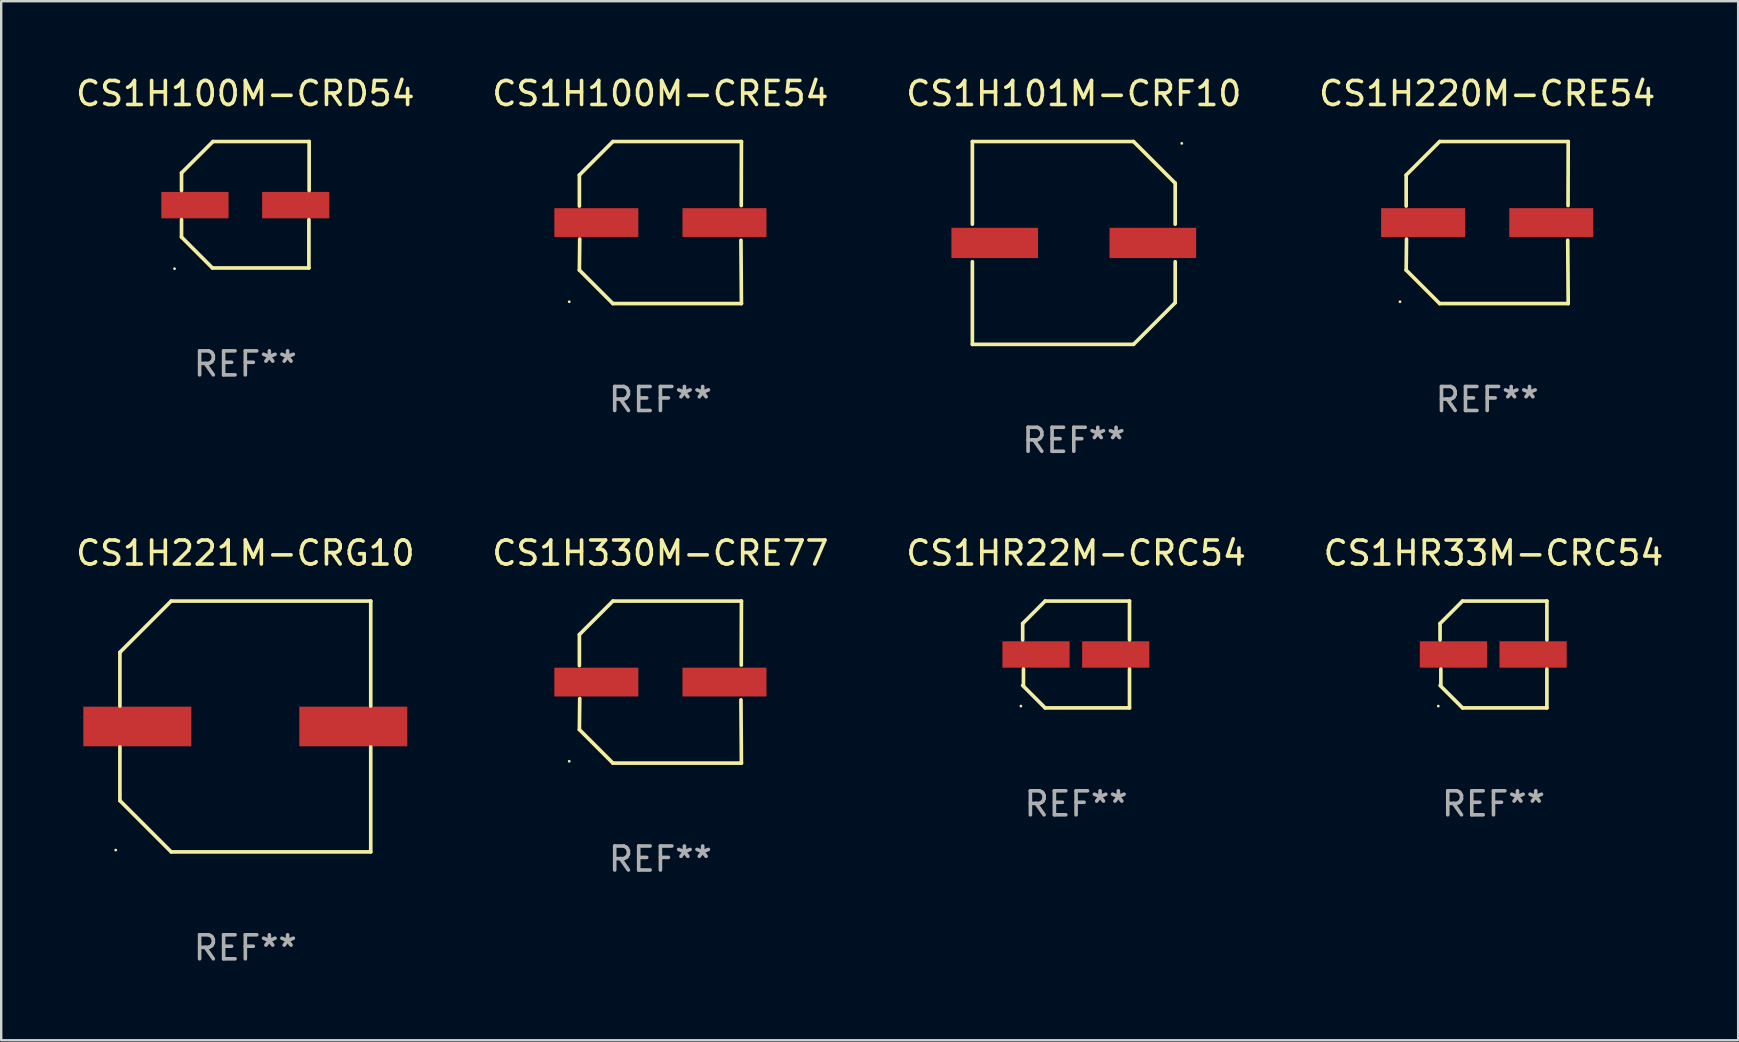
<source format=kicad_pcb>
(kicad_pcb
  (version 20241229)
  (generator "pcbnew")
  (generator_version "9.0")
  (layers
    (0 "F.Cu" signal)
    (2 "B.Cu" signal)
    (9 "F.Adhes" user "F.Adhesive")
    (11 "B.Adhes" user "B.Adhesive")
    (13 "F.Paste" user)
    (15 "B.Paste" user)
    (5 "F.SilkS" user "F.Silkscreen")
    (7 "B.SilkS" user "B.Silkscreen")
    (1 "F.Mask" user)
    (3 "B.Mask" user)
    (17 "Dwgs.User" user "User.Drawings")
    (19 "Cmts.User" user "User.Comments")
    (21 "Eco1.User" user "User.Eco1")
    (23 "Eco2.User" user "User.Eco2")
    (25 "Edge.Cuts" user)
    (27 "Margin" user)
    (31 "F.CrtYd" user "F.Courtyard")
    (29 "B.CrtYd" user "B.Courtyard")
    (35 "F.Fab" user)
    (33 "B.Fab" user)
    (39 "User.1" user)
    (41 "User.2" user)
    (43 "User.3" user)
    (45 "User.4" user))
  (footprint "CS1HR22M-CRC54"
    (layer "F.Cu")
    (at 41.792 24.223)
    (property "Reference" "CS1HR22M-CRC54" (at 0 -4.226 0) (layer "F.SilkS") (effects (font (size 1 1) (thickness 0.15))))
    (attr through_hole)
    (fp_line (start -2.226 -1.29) (end -2.226 -0.607) (stroke (width 0.152) (type solid)) (layer "F.SilkS"))
    (fp_line (start -2.193 1.29) (end -2.193 0.607) (stroke (width 0.152) (type solid)) (layer "F.SilkS"))
    (fp_line (start -1.29 2.226) (end -2.226 1.29) (stroke (width 0.152) (type solid)) (layer "F.SilkS"))
    (fp_line (start -1.29 -2.226) (end -2.226 -1.29) (stroke (width 0.152) (type solid)) (layer "F.SilkS"))
    (fp_line (start 2.226 -2.226) (end -1.29 -2.226) (stroke (width 0.152) (type solid)) (layer "F.SilkS"))
    (fp_line (start 2.226 -0.607) (end 2.226 -2.226) (stroke (width 0.152) (type solid)) (layer "F.SilkS"))
    (fp_line (start 2.226 0.607) (end 2.226 2.226) (stroke (width 0.152) (type solid)) (layer "F.SilkS"))
    (fp_line (start 2.226 2.226) (end -1.29 2.226) (stroke (width 0.152) (type solid)) (layer "F.SilkS"))
    (fp_circle (center -2.3 2.15) (end -2.27 2.15) (stroke (width 0.06) (type solid)) (fill no) (layer "F.SilkS"))
    (fp_text user "REF**" (at 0 6.226 0) (layer "F.Fab") (effects (font (size 1 1) (thickness 0.15))))
    (pad "1" smd rect (at -1.67 -0.000025) (size 2.8 1.1) (layers "F.Cu" "F.Mask" "F.Paste"))
    (pad "2" smd rect (at 1.651 -0.000025) (size 2.8 1.1) (layers "F.Cu" "F.Mask" "F.Paste")))
  (footprint "CS1HR33M-CRC54"
    (layer "F.Cu")
    (at 59.185 24.223)
    (property "Reference" "CS1HR33M-CRC54" (at 0 -4.226 0) (layer "F.SilkS") (effects (font (size 1 1) (thickness 0.15))))
    (attr through_hole)
    (fp_line (start -2.226 -1.29) (end -2.226 -0.607) (stroke (width 0.152) (type solid)) (layer "F.SilkS"))
    (fp_line (start -2.193 1.29) (end -2.193 0.607) (stroke (width 0.152) (type solid)) (layer "F.SilkS"))
    (fp_line (start -1.29 2.226) (end -2.226 1.29) (stroke (width 0.152) (type solid)) (layer "F.SilkS"))
    (fp_line (start -1.29 -2.226) (end -2.226 -1.29) (stroke (width 0.152) (type solid)) (layer "F.SilkS"))
    (fp_line (start 2.226 -2.226) (end -1.29 -2.226) (stroke (width 0.152) (type solid)) (layer "F.SilkS"))
    (fp_line (start 2.226 -0.607) (end 2.226 -2.226) (stroke (width 0.152) (type solid)) (layer "F.SilkS"))
    (fp_line (start 2.226 0.607) (end 2.226 2.226) (stroke (width 0.152) (type solid)) (layer "F.SilkS"))
    (fp_line (start 2.226 2.226) (end -1.29 2.226) (stroke (width 0.152) (type solid)) (layer "F.SilkS"))
    (fp_circle (center -2.3 2.15) (end -2.27 2.15) (stroke (width 0.06) (type solid)) (fill no) (layer "F.SilkS"))
    (fp_text user "REF**" (at 0 6.226 0) (layer "F.Fab") (effects (font (size 1 1) (thickness 0.15))))
    (pad "1" smd rect (at -1.67 -0.000025) (size 2.8 1.1) (layers "F.Cu" "F.Mask" "F.Paste"))
    (pad "2" smd rect (at 1.651 -0.000025) (size 2.8 1.1) (layers "F.Cu" "F.Mask" "F.Paste")))
  (footprint "CS1H100M-CRD54"
    (layer "F.Cu")
    (at 7.173 5.482)
    (property "Reference" "CS1H100M-CRD54" (at 0 -4.634 0) (layer "F.SilkS") (effects (font (size 1 1) (thickness 0.15))))
    (attr through_hole)
    (fp_line (start -2.659 -1.326) (end -2.659 -0.592) (stroke (width 0.152) (type solid)) (layer "F.SilkS"))
    (fp_line (start -2.659 1.346) (end -2.659 0.622) (stroke (width 0.152) (type solid)) (layer "F.SilkS"))
    (fp_line (start -1.372 2.634) (end -2.659 1.346) (stroke (width 0.152) (type solid)) (layer "F.SilkS"))
    (fp_line (start -1.349 -2.634) (end -2.659 -1.326) (stroke (width 0.152) (type solid)) (layer "F.SilkS"))
    (fp_line (start 2.649 0.622) (end 2.649 2.634) (stroke (width 0.152) (type solid)) (layer "F.SilkS"))
    (fp_line (start 2.649 2.634) (end -1.372 2.634) (stroke (width 0.152) (type solid)) (layer "F.SilkS"))
    (fp_line (start 2.659 -2.634) (end -1.349 -2.634) (stroke (width 0.152) (type solid)) (layer "F.SilkS"))
    (fp_line (start 2.659 -0.592) (end 2.659 -2.634) (stroke (width 0.152) (type solid)) (layer "F.SilkS"))
    (fp_circle (center -2.95 2.665) (end -2.92 2.665) (stroke (width 0.06) (type solid)) (fill no) (layer "F.SilkS"))
    (fp_text user "REF**" (at 0 6.634 0) (layer "F.Fab") (effects (font (size 1 1) (thickness 0.15))))
    (pad "1" smd rect (at -2.1 0.015) (size 2.8 1.1) (layers "F.Cu" "F.Mask" "F.Paste"))
    (pad "2" smd rect (at 2.1 0.015) (size 2.8 1.1) (layers "F.Cu" "F.Mask" "F.Paste")))
  (footprint "CS1H221M-CRG10"
    (layer "F.Cu")
    (at 7.173 27.223)
    (property "Reference" "CS1H221M-CRG10" (at 0 -7.226 0) (layer "F.SilkS") (effects (font (size 1 1) (thickness 0.15))))
    (attr through_hole)
    (fp_line (start -5.226 -3.09) (end -5.226 -0.852) (stroke (width 0.152) (type solid)) (layer "F.SilkS"))
    (fp_line (start -5.226 3.09) (end -5.226 0.852) (stroke (width 0.152) (type solid)) (layer "F.SilkS"))
    (fp_line (start -3.09 -5.226) (end -5.226 -3.09) (stroke (width 0.152) (type solid)) (layer "F.SilkS"))
    (fp_line (start -3.09 5.226) (end -5.226 3.09) (stroke (width 0.152) (type solid)) (layer "F.SilkS"))
    (fp_line (start 5.226 -5.226) (end -3.09 -5.226) (stroke (width 0.152) (type solid)) (layer "F.SilkS"))
    (fp_line (start 5.226 -0.852) (end 5.226 -5.226) (stroke (width 0.152) (type solid)) (layer "F.SilkS"))
    (fp_line (start 5.226 0.852) (end 5.226 5.226) (stroke (width 0.152) (type solid)) (layer "F.SilkS"))
    (fp_line (start 5.226 5.226) (end -3.09 5.226) (stroke (width 0.152) (type solid)) (layer "F.SilkS"))
    (fp_circle (center -5.401 5.15) (end -5.371 5.15) (stroke (width 0.06) (type solid)) (fill no) (layer "F.SilkS"))
    (fp_text user "REF**" (at 0 9.226 0) (layer "F.Fab") (effects (font (size 1 1) (thickness 0.15))))
    (pad "1" smd rect (at -4.5 0) (size 4.5 1.65) (layers "F.Cu" "F.Mask" "F.Paste"))
    (pad "2" smd rect (at 4.5 0) (size 4.5 1.65) (layers "F.Cu" "F.Mask" "F.Paste")))
  (footprint "CS1H220M-CRE54"
    (layer "F.Cu")
    (at 58.923 6.224)
    (property "Reference" "CS1H220M-CRE54" (at 0 -5.376 0) (layer "F.SilkS") (effects (font (size 1 1) (thickness 0.15))))
    (attr through_hole)
    (fp_line (start -3.376 -1.98) (end -3.376 -0.686) (stroke (width 0.152) (type solid)) (layer "F.SilkS"))
    (fp_line (start -3.376 1.981) (end -3.362 0.686) (stroke (width 0.152) (type solid)) (layer "F.SilkS"))
    (fp_line (start -1.981 3.376) (end -3.376 1.981) (stroke (width 0.152) (type solid)) (layer "F.SilkS"))
    (fp_line (start -1.98 -3.376) (end -3.376 -1.98) (stroke (width 0.152) (type solid)) (layer "F.SilkS"))
    (fp_line (start 3.356 0.74) (end 3.376 3.376) (stroke (width 0.152) (type solid)) (layer "F.SilkS"))
    (fp_line (start 3.369 -0.707) (end 3.376 -3.376) (stroke (width 0.152) (type solid)) (layer "F.SilkS"))
    (fp_line (start 3.376 3.376) (end -1.981 3.376) (stroke (width 0.152) (type solid)) (layer "F.SilkS"))
    (fp_line (start 3.376 -3.376) (end -1.98 -3.376) (stroke (width 0.152) (type solid)) (layer "F.SilkS"))
    (fp_circle (center -3.634 3.3) (end -3.604 3.3) (stroke (width 0.06) (type solid)) (fill no) (layer "F.SilkS"))
    (fp_text user "REF**" (at 0 7.376 0) (layer "F.Fab") (effects (font (size 1 1) (thickness 0.15))))
    (pad "1" smd rect (at -2.67 0.000254) (size 3.5 1.2) (layers "F.Cu" "F.Mask" "F.Paste"))
    (pad "2" smd rect (at 2.67 0.000254) (size 3.5 1.2) (layers "F.Cu" "F.Mask" "F.Paste")))
  (footprint "CS1H100M-CRE54"
    (layer "F.Cu")
    (at 24.47 6.224)
    (property "Reference" "CS1H100M-CRE54" (at 0 -5.376 0) (layer "F.SilkS") (effects (font (size 1 1) (thickness 0.15))))
    (attr through_hole)
    (fp_line (start -3.376 -1.98) (end -3.376 -0.686) (stroke (width 0.152) (type solid)) (layer "F.SilkS"))
    (fp_line (start -3.376 1.981) (end -3.362 0.686) (stroke (width 0.152) (type solid)) (layer "F.SilkS"))
    (fp_line (start -1.981 3.376) (end -3.376 1.981) (stroke (width 0.152) (type solid)) (layer "F.SilkS"))
    (fp_line (start -1.98 -3.376) (end -3.376 -1.98) (stroke (width 0.152) (type solid)) (layer "F.SilkS"))
    (fp_line (start 3.356 0.74) (end 3.376 3.376) (stroke (width 0.152) (type solid)) (layer "F.SilkS"))
    (fp_line (start 3.369 -0.707) (end 3.376 -3.376) (stroke (width 0.152) (type solid)) (layer "F.SilkS"))
    (fp_line (start 3.376 3.376) (end -1.981 3.376) (stroke (width 0.152) (type solid)) (layer "F.SilkS"))
    (fp_line (start 3.376 -3.376) (end -1.98 -3.376) (stroke (width 0.152) (type solid)) (layer "F.SilkS"))
    (fp_circle (center -3.8 3.3) (end -3.77 3.3) (stroke (width 0.06) (type solid)) (fill no) (layer "F.SilkS"))
    (fp_text user "REF**" (at 0 7.376 0) (layer "F.Fab") (effects (font (size 1 1) (thickness 0.15))))
    (pad "1" smd rect (at -2.67 0.000203) (size 3.5 1.2) (layers "F.Cu" "F.Mask" "F.Paste"))
    (pad "2" smd rect (at 2.67 0.000203) (size 3.5 1.2) (layers "F.Cu" "F.Mask" "F.Paste")))
  (footprint "CS1H330M-CRE77"
    (layer "F.Cu")
    (at 24.47 25.373)
    (property "Reference" "CS1H330M-CRE77" (at 0 -5.376 0) (layer "F.SilkS") (effects (font (size 1 1) (thickness 0.15))))
    (attr through_hole)
    (fp_line (start -3.376 -1.98) (end -3.376 -0.686) (stroke (width 0.152) (type solid)) (layer "F.SilkS"))
    (fp_line (start -3.376 1.981) (end -3.362 0.686) (stroke (width 0.152) (type solid)) (layer "F.SilkS"))
    (fp_line (start -1.981 3.376) (end -3.376 1.981) (stroke (width 0.152) (type solid)) (layer "F.SilkS"))
    (fp_line (start -1.98 -3.376) (end -3.376 -1.98) (stroke (width 0.152) (type solid)) (layer "F.SilkS"))
    (fp_line (start 3.356 0.74) (end 3.376 3.376) (stroke (width 0.152) (type solid)) (layer "F.SilkS"))
    (fp_line (start 3.369 -0.707) (end 3.376 -3.376) (stroke (width 0.152) (type solid)) (layer "F.SilkS"))
    (fp_line (start 3.376 3.376) (end -1.981 3.376) (stroke (width 0.152) (type solid)) (layer "F.SilkS"))
    (fp_line (start 3.376 -3.376) (end -1.98 -3.376) (stroke (width 0.152) (type solid)) (layer "F.SilkS"))
    (fp_circle (center -3.8 3.3) (end -3.77 3.3) (stroke (width 0.06) (type solid)) (fill no) (layer "F.SilkS"))
    (fp_text user "REF**" (at 0 7.376 0) (layer "F.Fab") (effects (font (size 1 1) (thickness 0.15))))
    (pad "1" smd rect (at -2.67 0.000203) (size 3.5 1.2) (layers "F.Cu" "F.Mask" "F.Paste"))
    (pad "2" smd rect (at 2.67 0.000203) (size 3.5 1.2) (layers "F.Cu" "F.Mask" "F.Paste")))
  (footprint "CS1H101M-CRF10"
    (layer "F.Cu")
    (at 41.696 7.074)
    (property "Reference" "CS1H101M-CRF10" (at 0 -6.226 0) (layer "F.SilkS") (effects (font (size 1 1) (thickness 0.15))))
    (attr through_hole)
    (fp_line (start -4.226 -4.226) (end 2.49 -4.226) (stroke (width 0.152) (type solid)) (layer "F.SilkS"))
    (fp_line (start -4.226 -0.782) (end -4.226 -4.226) (stroke (width 0.152) (type solid)) (layer "F.SilkS"))
    (fp_line (start -4.226 0.782) (end -4.226 4.226) (stroke (width 0.152) (type solid)) (layer "F.SilkS"))
    (fp_line (start -4.226 4.226) (end 2.49 4.226) (stroke (width 0.152) (type solid)) (layer "F.SilkS"))
    (fp_line (start 2.49 -4.226) (end 4.226 -2.49) (stroke (width 0.152) (type solid)) (layer "F.SilkS"))
    (fp_line (start 2.49 4.226) (end 4.226 2.49) (stroke (width 0.152) (type solid)) (layer "F.SilkS"))
    (fp_line (start 4.226 -2.49) (end 4.226 -0.782) (stroke (width 0.152) (type solid)) (layer "F.SilkS"))
    (fp_line (start 4.226 2.49) (end 4.226 0.782) (stroke (width 0.152) (type solid)) (layer "F.SilkS"))
    (fp_circle (center 4.5 -4.15) (end 4.53 -4.15) (stroke (width 0.06) (type solid)) (fill no) (layer "F.SilkS"))
    (fp_text user "REF**" (at 0 8.226 0) (layer "F.Fab") (effects (font (size 1 1) (thickness 0.15))))
    (pad "1" smd rect (at 3.295 0 180) (size 3.61 1.26) (layers "F.Cu" "F.Mask" "F.Paste"))
    (pad "2" smd rect (at -3.295 0 180) (size 3.61 1.26) (layers "F.Cu" "F.Mask" "F.Paste")))
  (gr_rect
    (start -3 -3)
    (end 69.381 40.298)
    (stroke (width 0.1) (type default))
    (fill no)
    (layer "Edge.Cuts")))
</source>
